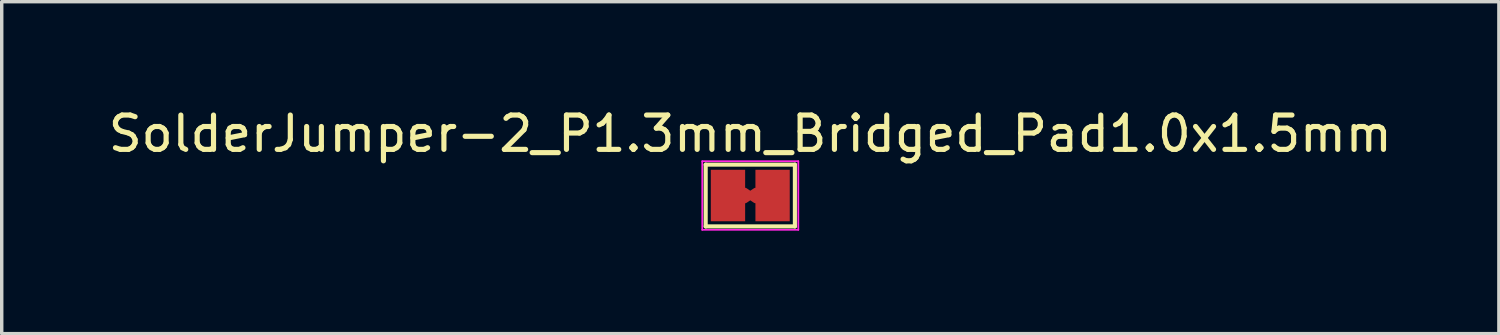
<source format=kicad_pcb>
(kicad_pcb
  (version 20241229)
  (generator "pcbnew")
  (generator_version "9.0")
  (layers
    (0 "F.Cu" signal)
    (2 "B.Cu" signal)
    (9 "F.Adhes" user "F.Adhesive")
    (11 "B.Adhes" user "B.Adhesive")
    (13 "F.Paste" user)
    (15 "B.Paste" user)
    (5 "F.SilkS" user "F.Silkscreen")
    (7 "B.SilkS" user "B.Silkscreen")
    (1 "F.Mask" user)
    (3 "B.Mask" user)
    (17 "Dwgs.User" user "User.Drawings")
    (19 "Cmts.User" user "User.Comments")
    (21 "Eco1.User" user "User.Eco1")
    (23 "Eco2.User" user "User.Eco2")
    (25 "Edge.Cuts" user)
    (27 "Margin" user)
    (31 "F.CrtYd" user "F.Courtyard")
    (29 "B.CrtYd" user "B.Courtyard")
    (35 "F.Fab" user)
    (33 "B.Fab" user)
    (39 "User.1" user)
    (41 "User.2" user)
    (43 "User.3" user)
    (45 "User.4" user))
  (footprint "SolderJumper-2_P1.3mm_Bridged_Pad1.0x1.5mm"
    (layer "F.Cu")
    (at 18.815 2.648)
    (property "Reference" "SolderJumper-2_P1.3mm_Bridged_Pad1.0x1.5mm" (at 0 -1.8 0) (layer "F.SilkS") (effects (font (size 1 1) (thickness 0.15))))
    (attr exclude_from_pos_files exclude_from_bom)
    (fp_poly (pts (xy 0.15 0.15) (xy 0 0.05) (xy -0.15 0.15) (xy -0.15 -0.15) (xy 0 -0.05) (xy 0.15 -0.15)) (stroke (width 0.15) (type solid)) (fill yes) (layer "F.Cu"))
    (fp_poly (pts (xy -0.12 -0.199) (xy 0.146 -0.199) (xy 0.146 0.203) (xy -0.12 0.203)) (stroke (width 0.1) (type solid)) (fill yes) (layer "F.Mask"))
    (fp_line (start -1.3 -0.9) (end 1.3 -0.9) (stroke (width 0.12) (type solid)) (layer "F.SilkS"))
    (fp_line (start -1.3 0.9) (end -1.3 -0.9) (stroke (width 0.12) (type solid)) (layer "F.SilkS"))
    (fp_line (start 1.3 -0.9) (end 1.3 0.9) (stroke (width 0.12) (type solid)) (layer "F.SilkS"))
    (fp_line (start 1.3 0.9) (end -1.3 0.9) (stroke (width 0.12) (type solid)) (layer "F.SilkS"))
    (fp_line (start -1.4 -1) (end -1.4 1) (stroke (width 0.05) (type solid)) (layer "F.CrtYd"))
    (fp_line (start -1.4 -1) (end 1.4 -1) (stroke (width 0.05) (type solid)) (layer "F.CrtYd"))
    (fp_line (start 1.4 1) (end -1.4 1) (stroke (width 0.05) (type solid)) (layer "F.CrtYd"))
    (fp_line (start 1.4 1) (end 1.4 -1) (stroke (width 0.05) (type solid)) (layer "F.CrtYd"))
    (pad "1" smd rect (at -0.65 0) (size 1 1.5) (layers "F.Cu" "F.Mask"))
    (pad "2" smd rect (at 0.65 0) (size 1 1.5) (layers "F.Cu" "F.Mask")))
  (gr_rect
    (start -3 -3)
    (end 40.631 6.673)
    (stroke (width 0.1) (type default))
    (fill no)
    (layer "Edge.Cuts")))
</source>
